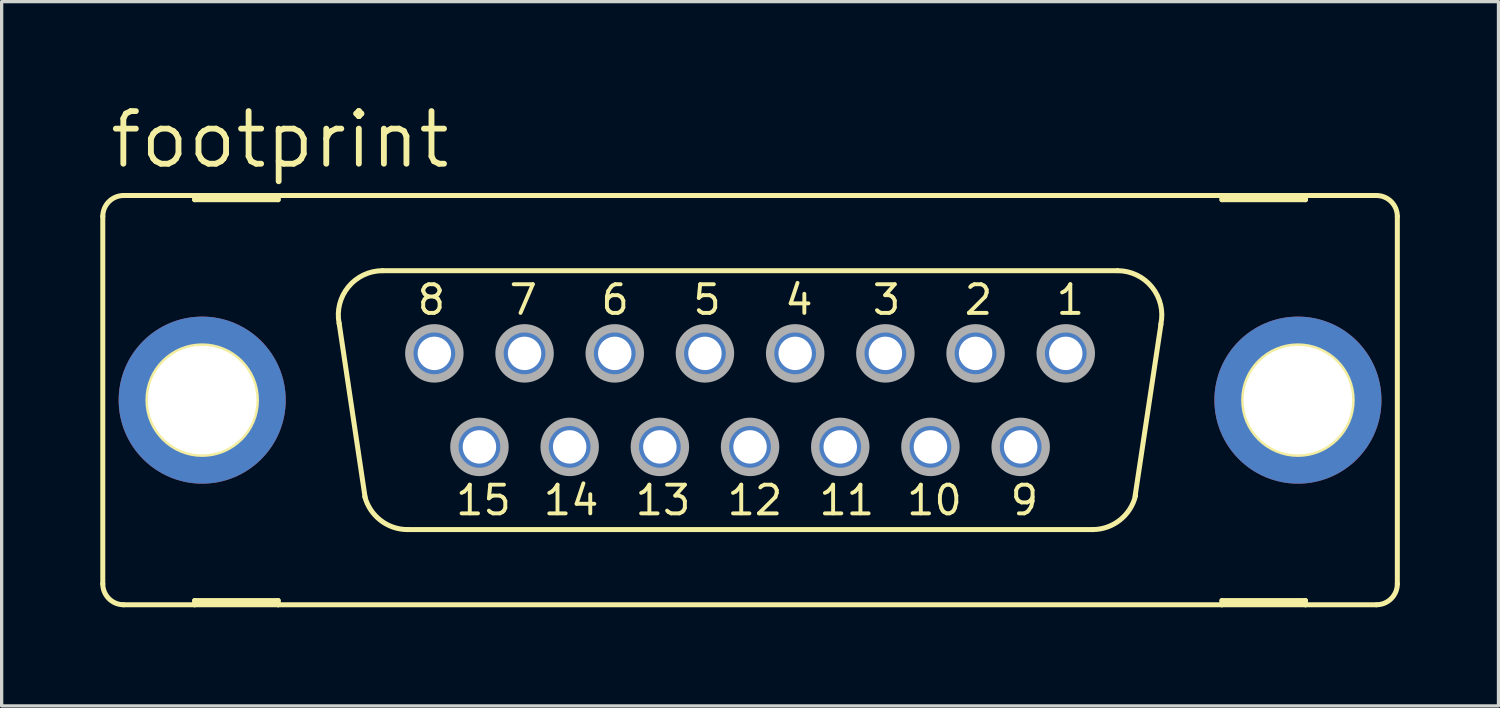
<source format=kicad_pcb>
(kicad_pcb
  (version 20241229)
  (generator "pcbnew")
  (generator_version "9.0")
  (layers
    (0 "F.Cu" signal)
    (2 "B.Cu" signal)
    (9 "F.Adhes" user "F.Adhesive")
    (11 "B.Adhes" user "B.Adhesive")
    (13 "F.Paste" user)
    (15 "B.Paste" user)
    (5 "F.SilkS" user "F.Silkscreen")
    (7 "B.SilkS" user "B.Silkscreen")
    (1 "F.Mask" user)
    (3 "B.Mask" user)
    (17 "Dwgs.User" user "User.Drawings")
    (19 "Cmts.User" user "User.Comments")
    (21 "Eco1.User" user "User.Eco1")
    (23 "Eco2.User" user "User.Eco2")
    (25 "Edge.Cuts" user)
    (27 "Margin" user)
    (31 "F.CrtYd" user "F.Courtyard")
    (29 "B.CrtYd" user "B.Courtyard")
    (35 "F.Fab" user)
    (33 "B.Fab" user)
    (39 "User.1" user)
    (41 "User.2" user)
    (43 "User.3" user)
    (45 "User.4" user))
  (footprint "footprint"
    (layer "F.Cu")
    (at 19.761 9.119)
    (property "Reference" "footprint" (at -19.558 -6.985 0) (layer "F.SilkS") (effects (font (size 1.6 1.6) (thickness 0.178)) (justify left bottom)))
    (fp_line (start -19.685 -5.588) (end -19.685 5.588) (stroke (width 0.152) (type solid)) (layer "F.SilkS"))
    (fp_line (start -19.05 6.223) (end -16.891 6.223) (stroke (width 0.152) (type solid)) (layer "F.SilkS"))
    (fp_line (start -16.891 -6.223) (end -19.05 -6.223) (stroke (width 0.152) (type solid)) (layer "F.SilkS"))
    (fp_line (start -16.891 -6.223) (end -16.891 -6.096) (stroke (width 0.152) (type solid)) (layer "F.SilkS"))
    (fp_line (start -16.891 -6.096) (end -14.351 -6.096) (stroke (width 0.152) (type solid)) (layer "F.SilkS"))
    (fp_line (start -16.891 6.096) (end -14.351 6.096) (stroke (width 0.152) (type solid)) (layer "F.SilkS"))
    (fp_line (start -16.891 6.223) (end -16.891 6.096) (stroke (width 0.152) (type solid)) (layer "F.SilkS"))
    (fp_line (start -16.891 6.223) (end -14.351 6.223) (stroke (width 0.152) (type solid)) (layer "F.SilkS"))
    (fp_line (start -14.351 -6.223) (end -16.891 -6.223) (stroke (width 0.152) (type solid)) (layer "F.SilkS"))
    (fp_line (start -14.351 -6.096) (end -14.351 -6.223) (stroke (width 0.152) (type solid)) (layer "F.SilkS"))
    (fp_line (start -14.351 6.096) (end -14.351 6.223) (stroke (width 0.152) (type solid)) (layer "F.SilkS"))
    (fp_line (start -14.351 6.223) (end 14.351 6.223) (stroke (width 0.152) (type solid)) (layer "F.SilkS"))
    (fp_line (start -11.709 2.946) (end -12.497 -2.337) (stroke (width 0.152) (type solid)) (layer "F.SilkS"))
    (fp_line (start -11.176 -3.937) (end 11.176 -3.937) (stroke (width 0.152) (type solid)) (layer "F.SilkS"))
    (fp_line (start -10.414 3.937) (end 10.414 3.937) (stroke (width 0.152) (type solid)) (layer "F.SilkS"))
    (fp_line (start 12.497 -2.311) (end 11.709 2.921) (stroke (width 0.152) (type solid)) (layer "F.SilkS"))
    (fp_line (start 14.351 -6.223) (end -14.351 -6.223) (stroke (width 0.152) (type solid)) (layer "F.SilkS"))
    (fp_line (start 14.351 -6.223) (end 14.351 -6.096) (stroke (width 0.152) (type solid)) (layer "F.SilkS"))
    (fp_line (start 14.351 -6.096) (end 16.891 -6.096) (stroke (width 0.152) (type solid)) (layer "F.SilkS"))
    (fp_line (start 14.351 6.096) (end 16.891 6.096) (stroke (width 0.152) (type solid)) (layer "F.SilkS"))
    (fp_line (start 14.351 6.223) (end 14.351 6.096) (stroke (width 0.152) (type solid)) (layer "F.SilkS"))
    (fp_line (start 14.351 6.223) (end 16.891 6.223) (stroke (width 0.152) (type solid)) (layer "F.SilkS"))
    (fp_line (start 16.891 -6.223) (end 14.351 -6.223) (stroke (width 0.152) (type solid)) (layer "F.SilkS"))
    (fp_line (start 16.891 -6.096) (end 16.891 -6.223) (stroke (width 0.152) (type solid)) (layer "F.SilkS"))
    (fp_line (start 16.891 6.096) (end 16.891 6.223) (stroke (width 0.152) (type solid)) (layer "F.SilkS"))
    (fp_line (start 16.891 6.223) (end 19.05 6.223) (stroke (width 0.152) (type solid)) (layer "F.SilkS"))
    (fp_line (start 19.05 -6.223) (end 16.891 -6.223) (stroke (width 0.152) (type solid)) (layer "F.SilkS"))
    (fp_line (start 19.685 -5.588) (end 19.685 5.588) (stroke (width 0.152) (type solid)) (layer "F.SilkS"))
    (fp_arc (start -19.685 -5.588) (mid -19.499013 -6.037013) (end -19.05 -6.223) (stroke (width 0.1524) (type solid)) (layer "F.SilkS"))
    (fp_arc (start -19.05 6.223) (mid -19.499013 6.037013) (end -19.685 5.588) (stroke (width 0.1524) (type solid)) (layer "F.SilkS"))
    (fp_arc (start -12.4961 -2.3268) (mid -12.217082 -3.444284) (end -11.176 -3.937) (stroke (width 0.1524) (type solid)) (layer "F.SilkS"))
    (fp_arc (start -10.414 3.937) (mid -11.2375 3.655745) (end -11.7169 2.9295) (stroke (width 0.1524) (type solid)) (layer "F.SilkS"))
    (fp_arc (start 11.176 -3.937) (mid 12.224557 -3.435183) (end 12.491499 -2.303798) (stroke (width 0.1524) (type solid)) (layer "F.SilkS"))
    (fp_arc (start 11.722701 2.904999) (mid 11.247257 3.647874) (end 10.414 3.937) (stroke (width 0.1524) (type solid)) (layer "F.SilkS"))
    (fp_arc (start 19.05 -6.223) (mid 19.499013 -6.037013) (end 19.685 -5.588) (stroke (width 0.1524) (type solid)) (layer "F.SilkS"))
    (fp_arc (start 19.685 5.588) (mid 19.499013 6.037013) (end 19.05 6.223) (stroke (width 0.1524) (type solid)) (layer "F.SilkS"))
    (fp_circle (center -16.662 0) (end -15.011 0) (stroke (width 0.152) (type solid)) (fill no) (layer "F.SilkS"))
    (fp_circle (center 16.662 0) (end 18.313 0) (stroke (width 0.152) (type solid)) (fill no) (layer "F.SilkS"))
    (fp_circle (center -9.601 -1.422) (end -8.839 -1.422) (stroke (width 0.254) (type solid)) (fill no) (layer "F.Fab"))
    (fp_circle (center -8.23 1.422) (end -7.468 1.422) (stroke (width 0.254) (type solid)) (fill no) (layer "F.Fab"))
    (fp_circle (center -6.858 -1.422) (end -6.096 -1.422) (stroke (width 0.254) (type solid)) (fill no) (layer "F.Fab"))
    (fp_circle (center -5.486 1.422) (end -4.724 1.422) (stroke (width 0.254) (type solid)) (fill no) (layer "F.Fab"))
    (fp_circle (center -4.115 -1.422) (end -3.353 -1.422) (stroke (width 0.254) (type solid)) (fill no) (layer "F.Fab"))
    (fp_circle (center -2.743 1.422) (end -1.981 1.422) (stroke (width 0.254) (type solid)) (fill no) (layer "F.Fab"))
    (fp_circle (center -1.372 -1.422) (end -0.61 -1.422) (stroke (width 0.254) (type solid)) (fill no) (layer "F.Fab"))
    (fp_circle (center 0 1.422) (end 0.762 1.422) (stroke (width 0.254) (type solid)) (fill no) (layer "F.Fab"))
    (fp_circle (center 1.372 -1.422) (end 2.134 -1.422) (stroke (width 0.254) (type solid)) (fill no) (layer "F.Fab"))
    (fp_circle (center 2.743 1.422) (end 3.505 1.422) (stroke (width 0.254) (type solid)) (fill no) (layer "F.Fab"))
    (fp_circle (center 4.115 -1.422) (end 4.877 -1.422) (stroke (width 0.254) (type solid)) (fill no) (layer "F.Fab"))
    (fp_circle (center 5.486 1.422) (end 6.248 1.422) (stroke (width 0.254) (type solid)) (fill no) (layer "F.Fab"))
    (fp_circle (center 6.858 -1.422) (end 7.62 -1.422) (stroke (width 0.254) (type solid)) (fill no) (layer "F.Fab"))
    (fp_circle (center 8.23 1.422) (end 8.992 1.422) (stroke (width 0.254) (type solid)) (fill no) (layer "F.Fab"))
    (fp_circle (center 9.601 -1.422) (end 10.363 -1.422) (stroke (width 0.254) (type solid)) (fill no) (layer "F.Fab"))
    (fp_text user "11" (at 2.032 3.556 0) (layer "F.SilkS") (effects (font (size 0.872 0.872) (thickness 0.119)) (justify left bottom)))
    (fp_text user "10" (at 4.699 3.556 0) (layer "F.SilkS") (effects (font (size 0.872 0.872) (thickness 0.119)) (justify left bottom)))
    (fp_text user "13" (at -3.556 3.556 0) (layer "F.SilkS") (effects (font (size 0.872 0.872) (thickness 0.119)) (justify left bottom)))
    (fp_text user "5" (at -1.803 -2.54 0) (layer "F.SilkS") (effects (font (size 0.872 0.872) (thickness 0.119)) (justify left bottom)))
    (fp_text user "3" (at 3.658 -2.54 0) (layer "F.SilkS") (effects (font (size 0.872 0.872) (thickness 0.119)) (justify left bottom)))
    (fp_text user "8" (at -10.185 -2.54 0) (layer "F.SilkS") (effects (font (size 0.872 0.872) (thickness 0.119)) (justify left bottom)))
    (fp_text user "1" (at 9.246 -2.54 0) (layer "F.SilkS") (effects (font (size 0.872 0.872) (thickness 0.119)) (justify left bottom)))
    (fp_text user "6" (at -4.597 -2.54 0) (layer "F.SilkS") (effects (font (size 0.872 0.872) (thickness 0.119)) (justify left bottom)))
    (fp_text user "4" (at 0.991 -2.54 0) (layer "F.SilkS") (effects (font (size 0.872 0.872) (thickness 0.119)) (justify left bottom)))
    (fp_text user "15" (at -9.017 3.556 0) (layer "F.SilkS") (effects (font (size 0.872 0.872) (thickness 0.119)) (justify left bottom)))
    (fp_text user "9" (at 7.849 3.556 0) (layer "F.SilkS") (effects (font (size 0.872 0.872) (thickness 0.119)) (justify left bottom)))
    (fp_text user "12" (at -0.762 3.556 0) (layer "F.SilkS") (effects (font (size 0.872 0.872) (thickness 0.119)) (justify left bottom)))
    (fp_text user "14" (at -6.35 3.556 0) (layer "F.SilkS") (effects (font (size 0.872 0.872) (thickness 0.119)) (justify left bottom)))
    (fp_text user "2" (at 6.452 -2.54 0) (layer "F.SilkS") (effects (font (size 0.872 0.872) (thickness 0.119)) (justify left bottom)))
    (fp_text user "7" (at -7.391 -2.54 0) (layer "F.SilkS") (effects (font (size 0.872 0.872) (thickness 0.119)) (justify left bottom)))
    (pad "1" thru_hole roundrect (at 9.601 -1.422) (size 1.524 1.524) (drill 1.016) (layers "*.Cu" "*.Mask") (roundrect_rratio 0.25) (chamfer_ratio 0.25) (chamfer top_left top_right bottom_left bottom_right))
    (pad "2" thru_hole roundrect (at 6.858 -1.422) (size 1.524 1.524) (drill 1.016) (layers "*.Cu" "*.Mask") (roundrect_rratio 0.25) (chamfer_ratio 0.25) (chamfer top_left top_right bottom_left bottom_right))
    (pad "3" thru_hole roundrect (at 4.115 -1.422) (size 1.524 1.524) (drill 1.016) (layers "*.Cu" "*.Mask") (roundrect_rratio 0.25) (chamfer_ratio 0.25) (chamfer top_left top_right bottom_left bottom_right))
    (pad "4" thru_hole roundrect (at 1.372 -1.422) (size 1.524 1.524) (drill 1.016) (layers "*.Cu" "*.Mask") (roundrect_rratio 0.25) (chamfer_ratio 0.25) (chamfer top_left top_right bottom_left bottom_right))
    (pad "5" thru_hole roundrect (at -1.372 -1.422) (size 1.524 1.524) (drill 1.016) (layers "*.Cu" "*.Mask") (roundrect_rratio 0.25) (chamfer_ratio 0.25) (chamfer top_left top_right bottom_left bottom_right))
    (pad "6" thru_hole roundrect (at -4.115 -1.422) (size 1.524 1.524) (drill 1.016) (layers "*.Cu" "*.Mask") (roundrect_rratio 0.25) (chamfer_ratio 0.25) (chamfer top_left top_right bottom_left bottom_right))
    (pad "7" thru_hole roundrect (at -6.858 -1.422) (size 1.524 1.524) (drill 1.016) (layers "*.Cu" "*.Mask") (roundrect_rratio 0.25) (chamfer_ratio 0.25) (chamfer top_left top_right bottom_left bottom_right))
    (pad "8" thru_hole roundrect (at -9.601 -1.422) (size 1.524 1.524) (drill 1.016) (layers "*.Cu" "*.Mask") (roundrect_rratio 0.25) (chamfer_ratio 0.25) (chamfer top_left top_right bottom_left bottom_right))
    (pad "9" thru_hole roundrect (at 8.23 1.422) (size 1.524 1.524) (drill 1.016) (layers "*.Cu" "*.Mask") (roundrect_rratio 0.25) (chamfer_ratio 0.25) (chamfer top_left top_right bottom_left bottom_right))
    (pad "10" thru_hole roundrect (at 5.486 1.422) (size 1.524 1.524) (drill 1.016) (layers "*.Cu" "*.Mask") (roundrect_rratio 0.25) (chamfer_ratio 0.25) (chamfer top_left top_right bottom_left bottom_right))
    (pad "11" thru_hole roundrect (at 2.743 1.422) (size 1.524 1.524) (drill 1.016) (layers "*.Cu" "*.Mask") (roundrect_rratio 0.25) (chamfer_ratio 0.25) (chamfer top_left top_right bottom_left bottom_right))
    (pad "12" thru_hole roundrect (at 0 1.422) (size 1.524 1.524) (drill 1.016) (layers "*.Cu" "*.Mask") (roundrect_rratio 0.25) (chamfer_ratio 0.25) (chamfer top_left top_right bottom_left bottom_right))
    (pad "13" thru_hole roundrect (at -2.743 1.422) (size 1.524 1.524) (drill 1.016) (layers "*.Cu" "*.Mask") (roundrect_rratio 0.25) (chamfer_ratio 0.25) (chamfer top_left top_right bottom_left bottom_right))
    (pad "14" thru_hole roundrect (at -5.486 1.422) (size 1.524 1.524) (drill 1.016) (layers "*.Cu" "*.Mask") (roundrect_rratio 0.25) (chamfer_ratio 0.25) (chamfer top_left top_right bottom_left bottom_right))
    (pad "15" thru_hole roundrect (at -8.23 1.422) (size 1.524 1.524) (drill 1.016) (layers "*.Cu" "*.Mask") (roundrect_rratio 0.25) (chamfer_ratio 0.25) (chamfer top_left top_right bottom_left bottom_right))
    (pad "G1" thru_hole circle (at -16.662 0) (size 5.08 5.08) (drill 3.302) (layers "*.Cu" "*.Mask"))
    (pad "G2" thru_hole circle (at 16.662 0) (size 5.08 5.08) (drill 3.302) (layers "*.Cu" "*.Mask")))
  (gr_rect
    (start -3 -3)
    (end 42.522 18.418)
    (stroke (width 0.1) (type default))
    (fill no)
    (layer "Edge.Cuts")))
</source>
